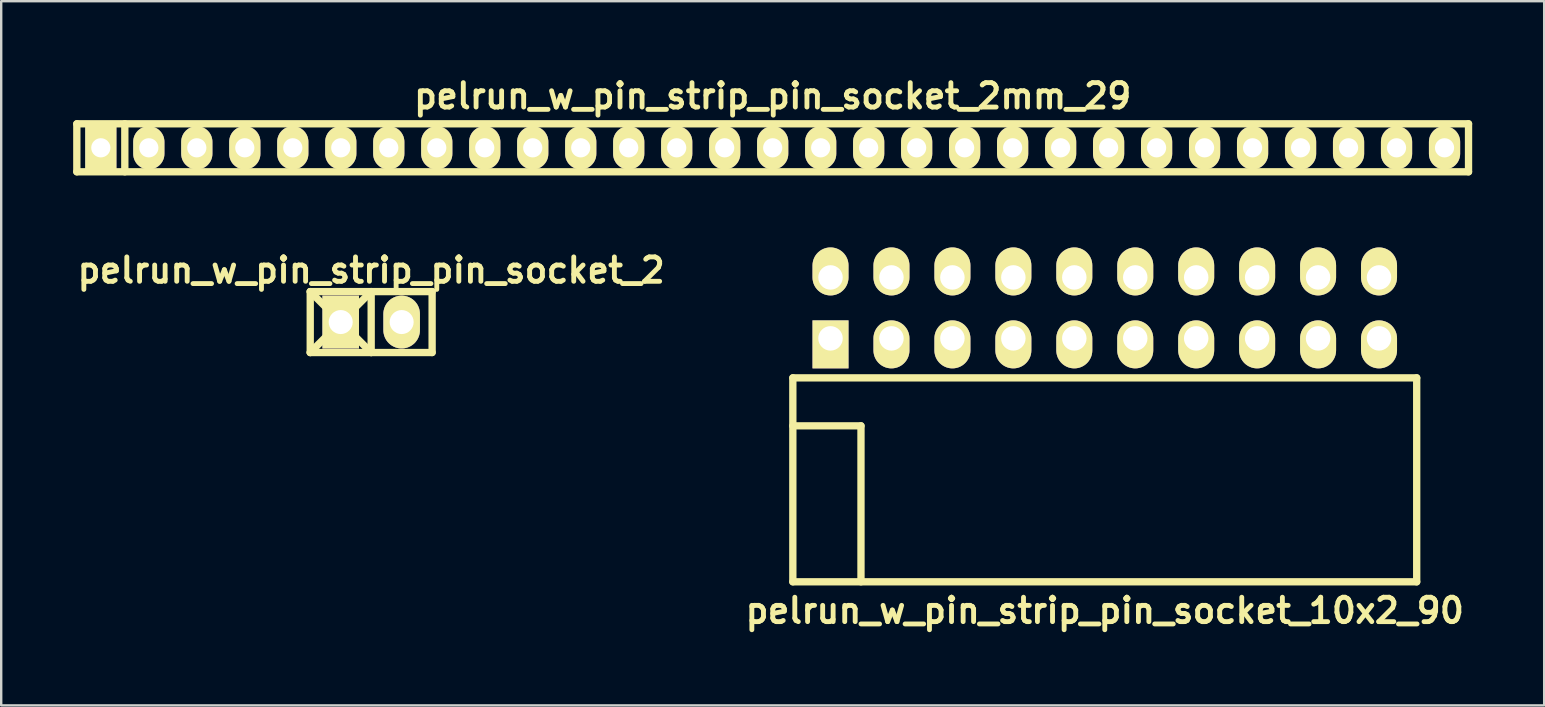
<source format=kicad_pcb>
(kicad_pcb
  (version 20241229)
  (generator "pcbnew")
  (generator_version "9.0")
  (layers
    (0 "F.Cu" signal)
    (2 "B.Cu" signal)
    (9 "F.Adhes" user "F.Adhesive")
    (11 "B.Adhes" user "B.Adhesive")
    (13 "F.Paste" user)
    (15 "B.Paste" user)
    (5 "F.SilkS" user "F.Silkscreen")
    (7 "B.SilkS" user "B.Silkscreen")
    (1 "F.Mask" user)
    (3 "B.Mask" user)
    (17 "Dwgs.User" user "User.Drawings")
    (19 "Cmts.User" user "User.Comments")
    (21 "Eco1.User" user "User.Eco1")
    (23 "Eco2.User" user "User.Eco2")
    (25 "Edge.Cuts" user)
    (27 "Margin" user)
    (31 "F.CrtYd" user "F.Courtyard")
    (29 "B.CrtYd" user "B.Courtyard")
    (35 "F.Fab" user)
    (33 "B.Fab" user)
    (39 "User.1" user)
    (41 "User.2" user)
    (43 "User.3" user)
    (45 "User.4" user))
  (footprint "pelrun_w_pin_strip_pin_socket_2mm_29"
    (layer "F.Cu")
    (at 29.152 3.11)
    (property "Reference" "pelrun_w_pin_strip_pin_socket_2mm_29" (at 0 -2.159 0) (layer "F.SilkS") (effects (font (size 1.016 1.016) (thickness 0.203))))
    (attr through_hole)
    (fp_line (start -29 -1) (end 29 -1) (stroke (width 0.305) (type solid)) (layer "F.SilkS"))
    (fp_line (start -29 1) (end -29 -1) (stroke (width 0.305) (type solid)) (layer "F.SilkS"))
    (fp_line (start -27 -1) (end -27 1) (stroke (width 0.305) (type solid)) (layer "F.SilkS"))
    (fp_line (start 29 -1) (end 29 1) (stroke (width 0.305) (type solid)) (layer "F.SilkS"))
    (fp_line (start 29 1) (end -29 1) (stroke (width 0.305) (type solid)) (layer "F.SilkS"))
    (pad "1" thru_hole rect (at -28 0) (size 1.3 1.8) (drill 0.8) (layers "*.Cu" "*.Mask" "F.SilkS"))
    (pad "2" thru_hole oval (at -26 0) (size 1.3 1.8) (drill 0.8) (layers "*.Cu" "*.Mask" "F.SilkS"))
    (pad "3" thru_hole oval (at -24 0) (size 1.3 1.8) (drill 0.8) (layers "*.Cu" "*.Mask" "F.SilkS"))
    (pad "4" thru_hole oval (at -22 0) (size 1.3 1.8) (drill 0.8) (layers "*.Cu" "*.Mask" "F.SilkS"))
    (pad "5" thru_hole oval (at -20 0) (size 1.3 1.8) (drill 0.8) (layers "*.Cu" "*.Mask" "F.SilkS"))
    (pad "6" thru_hole oval (at -18 0) (size 1.3 1.8) (drill 0.8) (layers "*.Cu" "*.Mask" "F.SilkS"))
    (pad "7" thru_hole oval (at -16 0) (size 1.3 1.8) (drill 0.8) (layers "*.Cu" "*.Mask" "F.SilkS"))
    (pad "8" thru_hole oval (at -14 0) (size 1.3 1.8) (drill 0.8) (layers "*.Cu" "*.Mask" "F.SilkS"))
    (pad "9" thru_hole oval (at -12 0) (size 1.3 1.8) (drill 0.8) (layers "*.Cu" "*.Mask" "F.SilkS"))
    (pad "10" thru_hole oval (at -10 0) (size 1.3 1.8) (drill 0.8) (layers "*.Cu" "*.Mask" "F.SilkS"))
    (pad "11" thru_hole oval (at -8 0) (size 1.3 1.8) (drill 0.8) (layers "*.Cu" "*.Mask" "F.SilkS"))
    (pad "12" thru_hole oval (at -6 0) (size 1.3 1.8) (drill 0.8) (layers "*.Cu" "*.Mask" "F.SilkS"))
    (pad "13" thru_hole oval (at -4 0) (size 1.3 1.8) (drill 0.8) (layers "*.Cu" "*.Mask" "F.SilkS"))
    (pad "14" thru_hole oval (at -2 0) (size 1.3 1.8) (drill 0.8) (layers "*.Cu" "*.Mask" "F.SilkS"))
    (pad "15" thru_hole oval (at 0 0) (size 1.3 1.8) (drill 0.8) (layers "*.Cu" "*.Mask" "F.SilkS"))
    (pad "16" thru_hole oval (at 2 0) (size 1.3 1.8) (drill 0.8) (layers "*.Cu" "*.Mask" "F.SilkS"))
    (pad "17" thru_hole oval (at 4 0) (size 1.3 1.8) (drill 0.8) (layers "*.Cu" "*.Mask" "F.SilkS"))
    (pad "18" thru_hole oval (at 6 0) (size 1.3 1.8) (drill 0.8) (layers "*.Cu" "*.Mask" "F.SilkS"))
    (pad "19" thru_hole oval (at 8 0) (size 1.3 1.8) (drill 0.8) (layers "*.Cu" "*.Mask" "F.SilkS"))
    (pad "20" thru_hole oval (at 10 0) (size 1.3 1.8) (drill 0.8) (layers "*.Cu" "*.Mask" "F.SilkS"))
    (pad "21" thru_hole oval (at 12 0) (size 1.3 1.8) (drill 0.8) (layers "*.Cu" "*.Mask" "F.SilkS"))
    (pad "22" thru_hole oval (at 14 0) (size 1.3 1.8) (drill 0.8) (layers "*.Cu" "*.Mask" "F.SilkS"))
    (pad "23" thru_hole oval (at 16 0) (size 1.3 1.8) (drill 0.8) (layers "*.Cu" "*.Mask" "F.SilkS"))
    (pad "24" thru_hole oval (at 18 0) (size 1.3 1.8) (drill 0.8) (layers "*.Cu" "*.Mask" "F.SilkS"))
    (pad "25" thru_hole oval (at 20 0) (size 1.3 1.8) (drill 0.8) (layers "*.Cu" "*.Mask" "F.SilkS"))
    (pad "26" thru_hole oval (at 22 0) (size 1.3 1.8) (drill 0.8) (layers "*.Cu" "*.Mask" "F.SilkS"))
    (pad "27" thru_hole oval (at 24 0) (size 1.3 1.8) (drill 0.8) (layers "*.Cu" "*.Mask" "F.SilkS"))
    (pad "28" thru_hole oval (at 26 0) (size 1.3 1.8) (drill 0.8) (layers "*.Cu" "*.Mask" "F.SilkS"))
    (pad "29" thru_hole oval (at 28 0) (size 1.3 1.8) (drill 0.8) (layers "*.Cu" "*.Mask" "F.SilkS")))
  (footprint "pelrun_w_pin_strip_pin_socket_2"
    (layer "F.Cu")
    (at 12.419 10.372)
    (property "Reference" "pelrun_w_pin_strip_pin_socket_2" (at 0 -2.159 0) (layer "F.SilkS") (effects (font (size 1.016 1.016) (thickness 0.203))))
    (attr through_hole)
    (fp_line (start -2.54 -1.27) (end 2.54 -1.27) (stroke (width 0.305) (type solid)) (layer "F.SilkS"))
    (fp_line (start -2.54 1.27) (end -2.54 -1.27) (stroke (width 0.305) (type solid)) (layer "F.SilkS"))
    (fp_line (start -2.54 1.27) (end 0 -1.27) (stroke (width 0.305) (type solid)) (layer "F.SilkS"))
    (fp_line (start 0 -1.27) (end 0 1.27) (stroke (width 0.305) (type solid)) (layer "F.SilkS"))
    (fp_line (start 0 1.27) (end -2.54 -1.27) (stroke (width 0.305) (type solid)) (layer "F.SilkS"))
    (fp_line (start 2.54 -1.27) (end 2.54 1.27) (stroke (width 0.305) (type solid)) (layer "F.SilkS"))
    (fp_line (start 2.54 1.27) (end -2.54 1.27) (stroke (width 0.305) (type solid)) (layer "F.SilkS"))
    (pad "1" thru_hole rect (at -1.27 0) (size 1.524 2.2) (drill 1.001) (layers "*.Cu" "*.Mask" "F.SilkS"))
    (pad "2" thru_hole oval (at 1.27 0) (size 1.524 2.2) (drill 1.001) (layers "*.Cu" "*.Mask" "F.SilkS")))
  (footprint "pelrun_w_pin_strip_pin_socket_10x2_90"
    (layer "F.Cu")
    (at 42.992 14.697)
    (property "Reference" "pelrun_w_pin_strip_pin_socket_10x2_90" (at 0 7.7 0) (layer "F.SilkS") (effects (font (size 1.016 1.016) (thickness 0.203))))
    (attr through_hole)
    (fp_line (start -13 -2) (end -13 6.5) (stroke (width 0.305) (type solid)) (layer "F.SilkS"))
    (fp_line (start -13 -2) (end 13 -2) (stroke (width 0.305) (type solid)) (layer "F.SilkS"))
    (fp_line (start -13 0) (end -10.16 0) (stroke (width 0.305) (type solid)) (layer "F.SilkS"))
    (fp_line (start -13 6.5) (end 13 6.5) (stroke (width 0.305) (type solid)) (layer "F.SilkS"))
    (fp_line (start -10.16 0) (end -10.16 6.5) (stroke (width 0.305) (type solid)) (layer "F.SilkS"))
    (fp_line (start 13 -2) (end 13 6.5) (stroke (width 0.305) (type solid)) (layer "F.SilkS"))
    (pad "1" thru_hole rect (at -11.43 -3.645) (size 1.5 2) (drill 1.02 (offset 0 0.25)) (layers "*.Cu" "*.Mask" "F.SilkS"))
    (pad "2" thru_hole oval (at -11.43 -6.185) (size 1.5 2) (drill 1.02 (offset 0 -0.25)) (layers "*.Cu" "*.Mask" "F.SilkS"))
    (pad "3" thru_hole oval (at -8.89 -3.645) (size 1.5 2) (drill 1.02 (offset 0 0.25)) (layers "*.Cu" "*.Mask" "F.SilkS"))
    (pad "4" thru_hole oval (at -8.89 -6.185) (size 1.5 2) (drill 1.02 (offset 0 -0.25)) (layers "*.Cu" "*.Mask" "F.SilkS"))
    (pad "5" thru_hole oval (at -6.35 -3.645) (size 1.5 2) (drill 1.02 (offset 0 0.25)) (layers "*.Cu" "*.Mask" "F.SilkS"))
    (pad "6" thru_hole oval (at -6.35 -6.185) (size 1.5 2) (drill 1.02 (offset 0 -0.25)) (layers "*.Cu" "*.Mask" "F.SilkS"))
    (pad "7" thru_hole oval (at -3.81 -3.645) (size 1.5 2) (drill 1.02 (offset 0 0.25)) (layers "*.Cu" "*.Mask" "F.SilkS"))
    (pad "8" thru_hole oval (at -3.81 -6.185) (size 1.5 2) (drill 1.02 (offset 0 -0.25)) (layers "*.Cu" "*.Mask" "F.SilkS"))
    (pad "9" thru_hole oval (at -1.27 -3.645) (size 1.5 2) (drill 1.02 (offset 0 0.25)) (layers "*.Cu" "*.Mask" "F.SilkS"))
    (pad "10" thru_hole oval (at -1.27 -6.185) (size 1.5 2) (drill 1.02 (offset 0 -0.25)) (layers "*.Cu" "*.Mask" "F.SilkS"))
    (pad "11" thru_hole oval (at 1.27 -3.645) (size 1.5 2) (drill 1.02 (offset 0 0.25)) (layers "*.Cu" "*.Mask" "F.SilkS"))
    (pad "12" thru_hole oval (at 1.27 -6.185) (size 1.5 2) (drill 1.02 (offset 0 -0.25)) (layers "*.Cu" "*.Mask" "F.SilkS"))
    (pad "13" thru_hole oval (at 3.81 -3.645) (size 1.5 2) (drill 1.02 (offset 0 0.25)) (layers "*.Cu" "*.Mask" "F.SilkS"))
    (pad "14" thru_hole oval (at 3.81 -6.185) (size 1.5 2) (drill 1.02 (offset 0 -0.25)) (layers "*.Cu" "*.Mask" "F.SilkS"))
    (pad "15" thru_hole oval (at 6.35 -3.645) (size 1.5 2) (drill 1.02 (offset 0 0.25)) (layers "*.Cu" "*.Mask" "F.SilkS"))
    (pad "16" thru_hole oval (at 6.35 -6.185) (size 1.5 2) (drill 1.02 (offset 0 -0.25)) (layers "*.Cu" "*.Mask" "F.SilkS"))
    (pad "17" thru_hole oval (at 8.89 -3.645) (size 1.5 2) (drill 1.02 (offset 0 0.25)) (layers "*.Cu" "*.Mask" "F.SilkS"))
    (pad "18" thru_hole oval (at 8.89 -6.185) (size 1.5 2) (drill 1.02 (offset 0 -0.25)) (layers "*.Cu" "*.Mask" "F.SilkS"))
    (pad "19" thru_hole oval (at 11.43 -3.645) (size 1.5 2) (drill 1.02 (offset 0 0.25)) (layers "*.Cu" "*.Mask" "F.SilkS"))
    (pad "20" thru_hole oval (at 11.43 -6.185) (size 1.5 2) (drill 1.02 (offset 0 -0.25)) (layers "*.Cu" "*.Mask" "F.SilkS")))
  (gr_rect
    (start -3 -3)
    (end 61.305 26.348)
    (stroke (width 0.1) (type default))
    (fill no)
    (layer "Edge.Cuts")))
</source>
